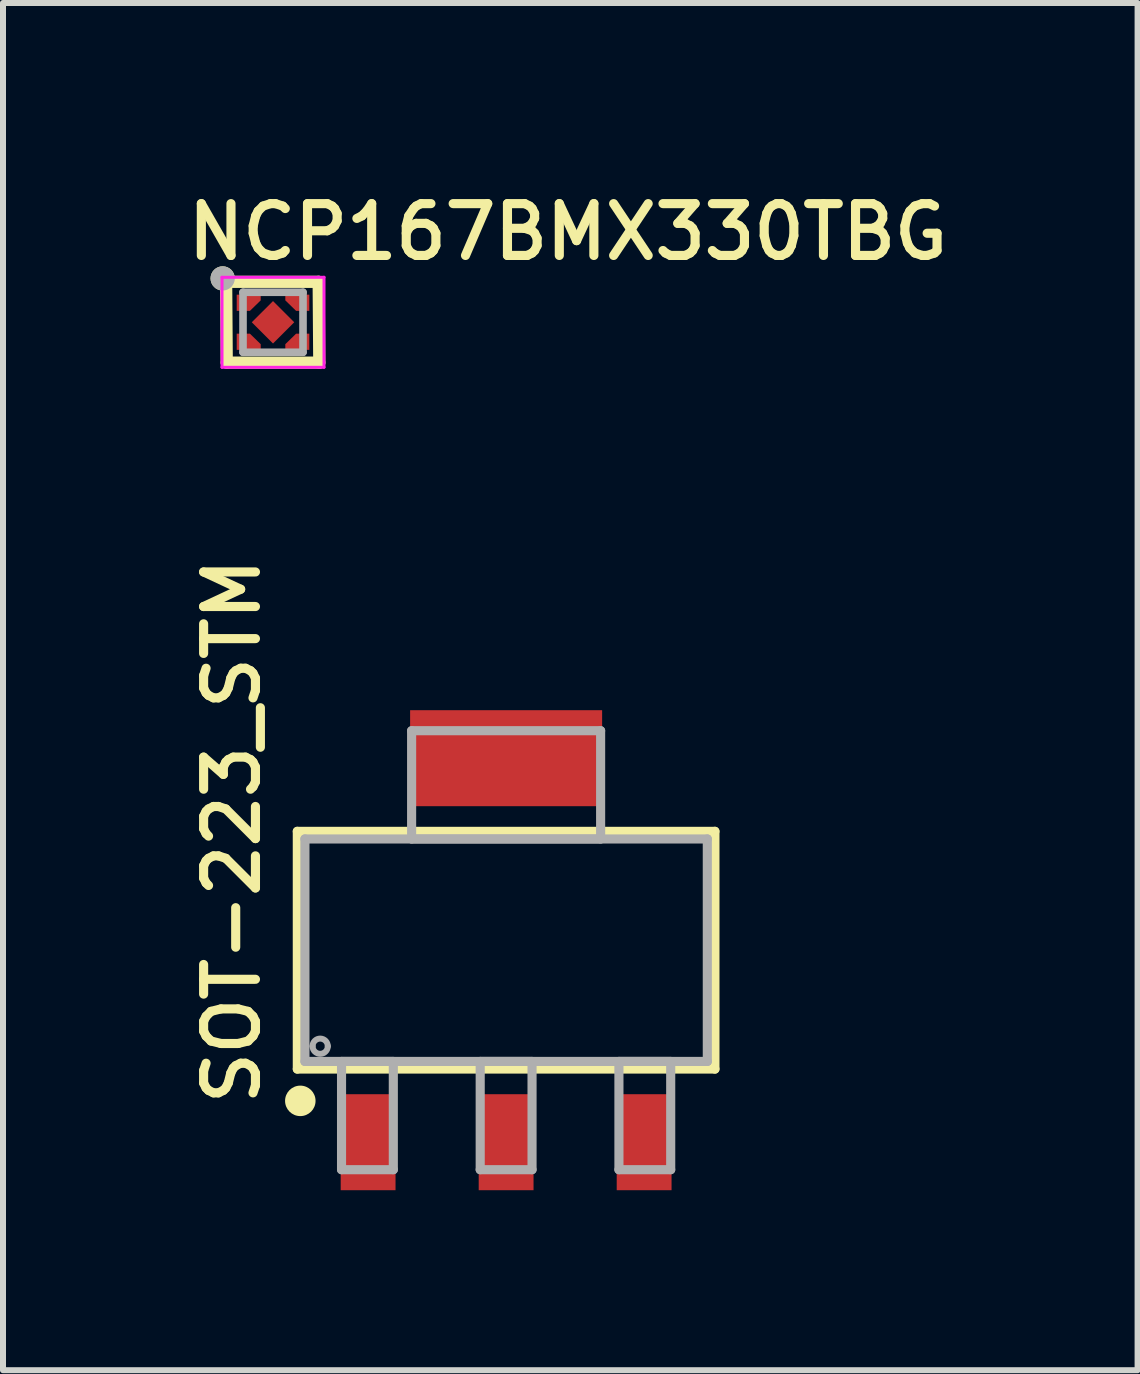
<source format=kicad_pcb>
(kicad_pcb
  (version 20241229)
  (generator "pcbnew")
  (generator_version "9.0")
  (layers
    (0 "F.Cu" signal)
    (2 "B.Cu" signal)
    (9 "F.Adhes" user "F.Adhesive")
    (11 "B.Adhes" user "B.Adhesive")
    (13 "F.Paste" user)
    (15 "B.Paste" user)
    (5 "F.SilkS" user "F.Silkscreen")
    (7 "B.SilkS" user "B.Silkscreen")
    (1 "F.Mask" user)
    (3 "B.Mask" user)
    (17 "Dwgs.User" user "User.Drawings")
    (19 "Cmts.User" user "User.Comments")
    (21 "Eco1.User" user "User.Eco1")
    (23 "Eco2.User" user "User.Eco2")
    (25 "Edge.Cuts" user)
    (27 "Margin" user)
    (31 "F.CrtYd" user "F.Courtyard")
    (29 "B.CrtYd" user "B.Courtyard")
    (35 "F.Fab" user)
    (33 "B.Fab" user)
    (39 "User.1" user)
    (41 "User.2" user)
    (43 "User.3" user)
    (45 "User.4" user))
  (footprint "SOT-223_STM"
    (layer "F.Cu")
    (at 5.385 12.786)
    (property "Reference" "SOT-223_STM" (at -4.064 2.642 90) (unlocked yes) (layer "F.SilkS") (effects (font (size 0.864 0.864) (thickness 0.152)) (justify left bottom)))
    (fp_poly (pts (xy 1.6 -2.4) (xy -1.6 -2.4) (xy -1.6 -4) (xy 1.6 -4)) (stroke (width 0) (type default)) (fill yes) (layer "F.Cu"))
    (fp_poly (pts (xy 1.626 -2.045) (xy -1.626 -2.045) (xy -1.626 -4.356) (xy 1.626 -4.356)) (stroke (width 0) (type default)) (fill yes) (layer "F.Mask"))
    (fp_line (start -3.48 -1.981) (end -3.48 1.981) (stroke (width 0.152) (type solid)) (layer "F.SilkS"))
    (fp_line (start -3.48 1.981) (end 3.48 1.981) (stroke (width 0.152) (type solid)) (layer "F.SilkS"))
    (fp_line (start 3.48 -1.981) (end -3.48 -1.981) (stroke (width 0.152) (type solid)) (layer "F.SilkS"))
    (fp_line (start 3.48 1.981) (end 3.48 -1.981) (stroke (width 0.152) (type solid)) (layer "F.SilkS"))
    (fp_circle (center -3.43 2.511) (end -3.303 2.511) (stroke (width 0.254) (type solid)) (fill yes) (layer "F.SilkS"))
    (fp_poly (pts (xy 1.6 -2.4) (xy -1.6 -2.4) (xy -1.6 -4) (xy 1.6 -4)) (stroke (width 0) (type default)) (fill yes) (layer "F.Paste"))
    (fp_line (start -3.353 -1.854) (end -3.353 1.854) (stroke (width 0.152) (type solid)) (layer "F.Fab"))
    (fp_line (start -3.353 1.854) (end 3.353 1.854) (stroke (width 0.152) (type solid)) (layer "F.Fab"))
    (fp_line (start -2.743 1.854) (end -2.743 3.658) (stroke (width 0.152) (type solid)) (layer "F.Fab"))
    (fp_line (start -2.743 3.658) (end -1.88 3.658) (stroke (width 0.152) (type solid)) (layer "F.Fab"))
    (fp_line (start -1.88 1.854) (end -2.743 1.854) (stroke (width 0.152) (type solid)) (layer "F.Fab"))
    (fp_line (start -1.88 3.658) (end -1.88 1.854) (stroke (width 0.152) (type solid)) (layer "F.Fab"))
    (fp_line (start -1.575 -3.658) (end -1.575 -1.854) (stroke (width 0.152) (type solid)) (layer "F.Fab"))
    (fp_line (start -1.575 -1.854) (end 1.575 -1.854) (stroke (width 0.152) (type solid)) (layer "F.Fab"))
    (fp_line (start -0.432 1.854) (end -0.432 3.658) (stroke (width 0.152) (type solid)) (layer "F.Fab"))
    (fp_line (start -0.432 3.658) (end 0.432 3.658) (stroke (width 0.152) (type solid)) (layer "F.Fab"))
    (fp_line (start 0.432 1.854) (end -0.432 1.854) (stroke (width 0.152) (type solid)) (layer "F.Fab"))
    (fp_line (start 0.432 3.658) (end 0.432 1.854) (stroke (width 0.152) (type solid)) (layer "F.Fab"))
    (fp_line (start 1.575 -3.658) (end -1.575 -3.658) (stroke (width 0.152) (type solid)) (layer "F.Fab"))
    (fp_line (start 1.575 -1.854) (end 1.575 -3.658) (stroke (width 0.152) (type solid)) (layer "F.Fab"))
    (fp_line (start 1.88 1.854) (end 1.88 3.658) (stroke (width 0.152) (type solid)) (layer "F.Fab"))
    (fp_line (start 1.88 3.658) (end 2.743 3.658) (stroke (width 0.152) (type solid)) (layer "F.Fab"))
    (fp_line (start 2.743 1.854) (end 1.88 1.854) (stroke (width 0.152) (type solid)) (layer "F.Fab"))
    (fp_line (start 2.743 3.658) (end 2.743 1.854) (stroke (width 0.152) (type solid)) (layer "F.Fab"))
    (fp_line (start 3.353 -1.854) (end -3.353 -1.854) (stroke (width 0.152) (type solid)) (layer "F.Fab"))
    (fp_line (start 3.353 1.854) (end 3.353 -1.854) (stroke (width 0.152) (type solid)) (layer "F.Fab"))
    (fp_arc (start -3.2258 1.6002) (mid -3.0988 1.4732) (end -2.9718 1.6002) (stroke (width 0.1) (type solid)) (layer "F.Fab"))
    (fp_arc (start -2.9718 1.6002) (mid -3.0988 1.7272) (end -3.2258 1.6002) (stroke (width 0.1) (type solid)) (layer "F.Fab"))
    (pad "1" smd rect (at -2.3 3.2) (size 0.914 1.6) (layers "F.Cu" "F.Mask" "F.Paste"))
    (pad "2" smd rect (at 0 3.2) (size 0.914 1.6) (layers "F.Cu" "F.Mask" "F.Paste"))
    (pad "3" smd rect (at 2.3 3.2) (size 0.914 1.6) (layers "F.Cu" "F.Mask" "F.Paste")))
  (footprint "NCP167BMX330TBG"
    (layer "F.Cu")
    (at 1.5 2.321)
    (property "Reference" "NCP167BMX330TBG" (at -1.5 -1 0) (unlocked yes) (layer "F.SilkS") (effects (font (size 0.864 0.864) (thickness 0.152)) (justify left bottom)))
    (fp_poly (pts (xy -0.205 -0.365) (xy -0.385 -0.19) (xy -0.605 -0.19) (xy -0.605 -0.46) (xy -0.205 -0.46)) (stroke (width 0) (type default)) (fill yes) (layer "F.Cu"))
    (fp_poly (pts (xy -0.205 0.365) (xy -0.205 0.46) (xy -0.605 0.46) (xy -0.605 0.19) (xy -0.385 0.19)) (stroke (width 0) (type default)) (fill yes) (layer "F.Cu"))
    (fp_poly (pts (xy 0.605 -0.19) (xy 0.385 -0.19) (xy 0.205 -0.365) (xy 0.205 -0.46) (xy 0.605 -0.46)) (stroke (width 0) (type default)) (fill yes) (layer "F.Cu"))
    (fp_poly (pts (xy 0.605 0.46) (xy 0.205 0.46) (xy 0.205 0.365) (xy 0.385 0.19) (xy 0.605 0.19)) (stroke (width 0) (type default)) (fill yes) (layer "F.Cu"))
    (fp_poly (pts (xy 0 0.438) (xy 0.438 0) (xy 0 -0.438) (xy -0.438 0)) (stroke (width 0) (type default)) (fill yes) (layer "F.Mask"))
    (fp_poly (pts (xy -0.155 -0.318) (xy -0.333 -0.14) (xy -0.655 -0.14) (xy -0.655 -0.51) (xy -0.155 -0.51)) (stroke (width 0) (type default)) (fill yes) (layer "F.Mask"))
    (fp_poly (pts (xy -0.155 0.318) (xy -0.155 0.51) (xy -0.655 0.51) (xy -0.655 0.14) (xy -0.333 0.14)) (stroke (width 0) (type default)) (fill yes) (layer "F.Mask"))
    (fp_poly (pts (xy 0.655 -0.14) (xy 0.333 -0.14) (xy 0.155 -0.318) (xy 0.155 -0.51) (xy 0.655 -0.51)) (stroke (width 0) (type default)) (fill yes) (layer "F.Mask"))
    (fp_poly (pts (xy 0.655 0.51) (xy 0.155 0.51) (xy 0.155 0.318) (xy 0.333 0.14) (xy 0.655 0.14)) (stroke (width 0) (type default)) (fill yes) (layer "F.Mask"))
    (fp_line (start -0.781 -0.674) (end 0.761 -0.674) (stroke (width 0.203) (type solid)) (layer "F.SilkS"))
    (fp_line (start -0.771 0.673) (end -0.781 -0.674) (stroke (width 0.203) (type solid)) (layer "F.SilkS"))
    (fp_line (start 0.761 -0.674) (end 0.771 0.673) (stroke (width 0.203) (type solid)) (layer "F.SilkS"))
    (fp_line (start 0.771 0.673) (end -0.771 0.673) (stroke (width 0.203) (type solid)) (layer "F.SilkS"))
    (fp_circle (center -0.839 -0.731) (end -0.737 -0.731) (stroke (width 0.2) (type solid)) (fill no) (layer "F.SilkS"))
    (fp_poly (pts (xy -0.205 -0.343) (xy -0.358 -0.19) (xy -0.605 -0.19) (xy -0.605 -0.46) (xy -0.205 -0.46)) (stroke (width 0) (type default)) (fill yes) (layer "F.Paste"))
    (fp_poly (pts (xy -0.205 0.343) (xy -0.205 0.46) (xy -0.605 0.46) (xy -0.605 0.19) (xy -0.358 0.19)) (stroke (width 0) (type default)) (fill yes) (layer "F.Paste"))
    (fp_poly (pts (xy 0.605 -0.19) (xy 0.358 -0.19) (xy 0.205 -0.343) (xy 0.205 -0.46) (xy 0.605 -0.46)) (stroke (width 0) (type default)) (fill yes) (layer "F.Paste"))
    (fp_poly (pts (xy 0.605 0.46) (xy 0.205 0.46) (xy 0.205 0.343) (xy 0.358 0.19) (xy 0.605 0.19)) (stroke (width 0) (type default)) (fill yes) (layer "F.Paste"))
    (fp_line (start -0.85 -0.75) (end 0.85 -0.75) (stroke (width 0.05) (type solid)) (layer "F.CrtYd"))
    (fp_line (start -0.85 0.75) (end -0.85 -0.75) (stroke (width 0.05) (type solid)) (layer "F.CrtYd"))
    (fp_line (start 0.85 -0.75) (end 0.85 0.75) (stroke (width 0.05) (type solid)) (layer "F.CrtYd"))
    (fp_line (start 0.85 0.75) (end -0.85 0.75) (stroke (width 0.05) (type solid)) (layer "F.CrtYd"))
    (fp_line (start -0.5 -0.5) (end -0.5 0.5) (stroke (width 0.127) (type solid)) (layer "F.Fab"))
    (fp_line (start -0.5 0.5) (end 0.5 0.5) (stroke (width 0.127) (type solid)) (layer "F.Fab"))
    (fp_line (start 0.5 -0.5) (end -0.5 -0.5) (stroke (width 0.127) (type solid)) (layer "F.Fab"))
    (fp_line (start 0.5 0.5) (end 0.5 -0.5) (stroke (width 0.127) (type solid)) (layer "F.Fab"))
    (fp_circle (center -0.839 -0.731) (end -0.737 -0.731) (stroke (width 0.2) (type solid)) (fill no) (layer "F.Fab"))
    (pad "1" smd rect (at -0.484 -0.325) (size 0.23 0.23) (layers "F.Cu"))
    (pad "2" smd rect (at -0.484 0.325) (size 0.23 0.23) (layers "F.Cu"))
    (pad "3" smd rect (at 0.484 0.325) (size 0.23 0.23) (layers "F.Cu"))
    (pad "4" smd rect (at 0.484 -0.325) (size 0.23 0.23) (layers "F.Cu"))
    (pad "5" smd rect (at 0 0 45) (size 0.5 0.5) (layers "F.Cu" "F.Paste")))
  (gr_rect
    (start -3 -3)
    (end 15.909 19.786)
    (stroke (width 0.1) (type default))
    (fill no)
    (layer "Edge.Cuts")))
</source>
